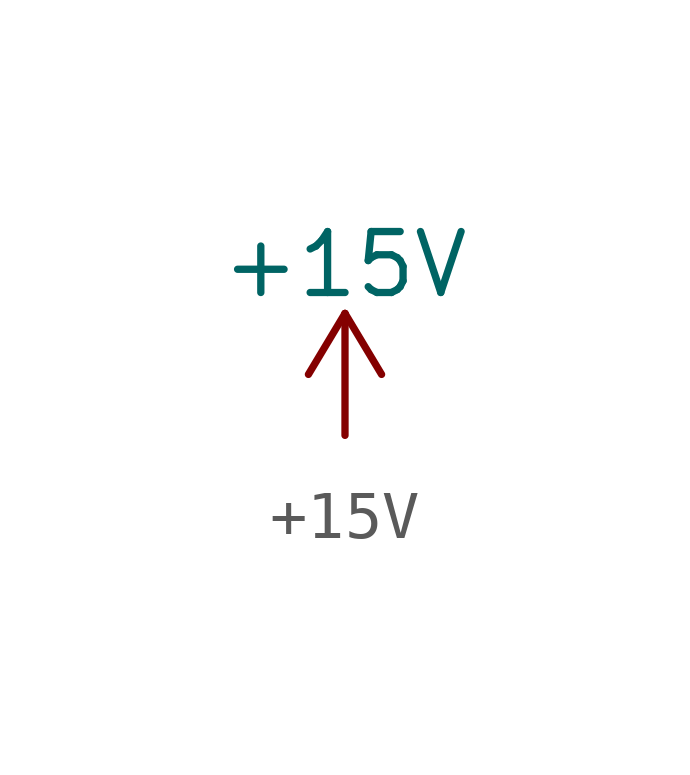
<source format=kicad_sym>
(kicad_symbol_lib
  (version 20231120)
  (generator "kicad_symbol_editor")
  (generator_version "8.0")
  (symbol "+15V"
    (power)
    (pin_numbers hide)
    (pin_names
      (offset 0) hide)
    (property "Reference" "#PWR"
      (at 0 -3.81 0)
      (effects (font (size 1.27 1.27)) (hide yes)))
    (property "Value" "+15V"
      (at 0 3.556 0)
      (effects (font (size 1.27 1.27))))
    (symbol "+15V_0_1"
      (polyline (pts (xy -0.762 1.27) (xy 0 2.54)) (stroke (width 0) (type default)) (fill (type none)))
      (polyline (pts (xy 0 0) (xy 0 2.54)) (stroke (width 0) (type default)) (fill (type none)))
      (polyline (pts (xy 0 2.54) (xy 0.762 1.27)) (stroke (width 0) (type default)) (fill (type none))))
    (symbol "+15V_1_1"
      (pin power_in line (at 0 0 90) (length 0) hide (name "+15V" (effects (font (size 1.27 1.27)))) (number "1" (effects (font (size 1.27 1.27))))))))
</source>
